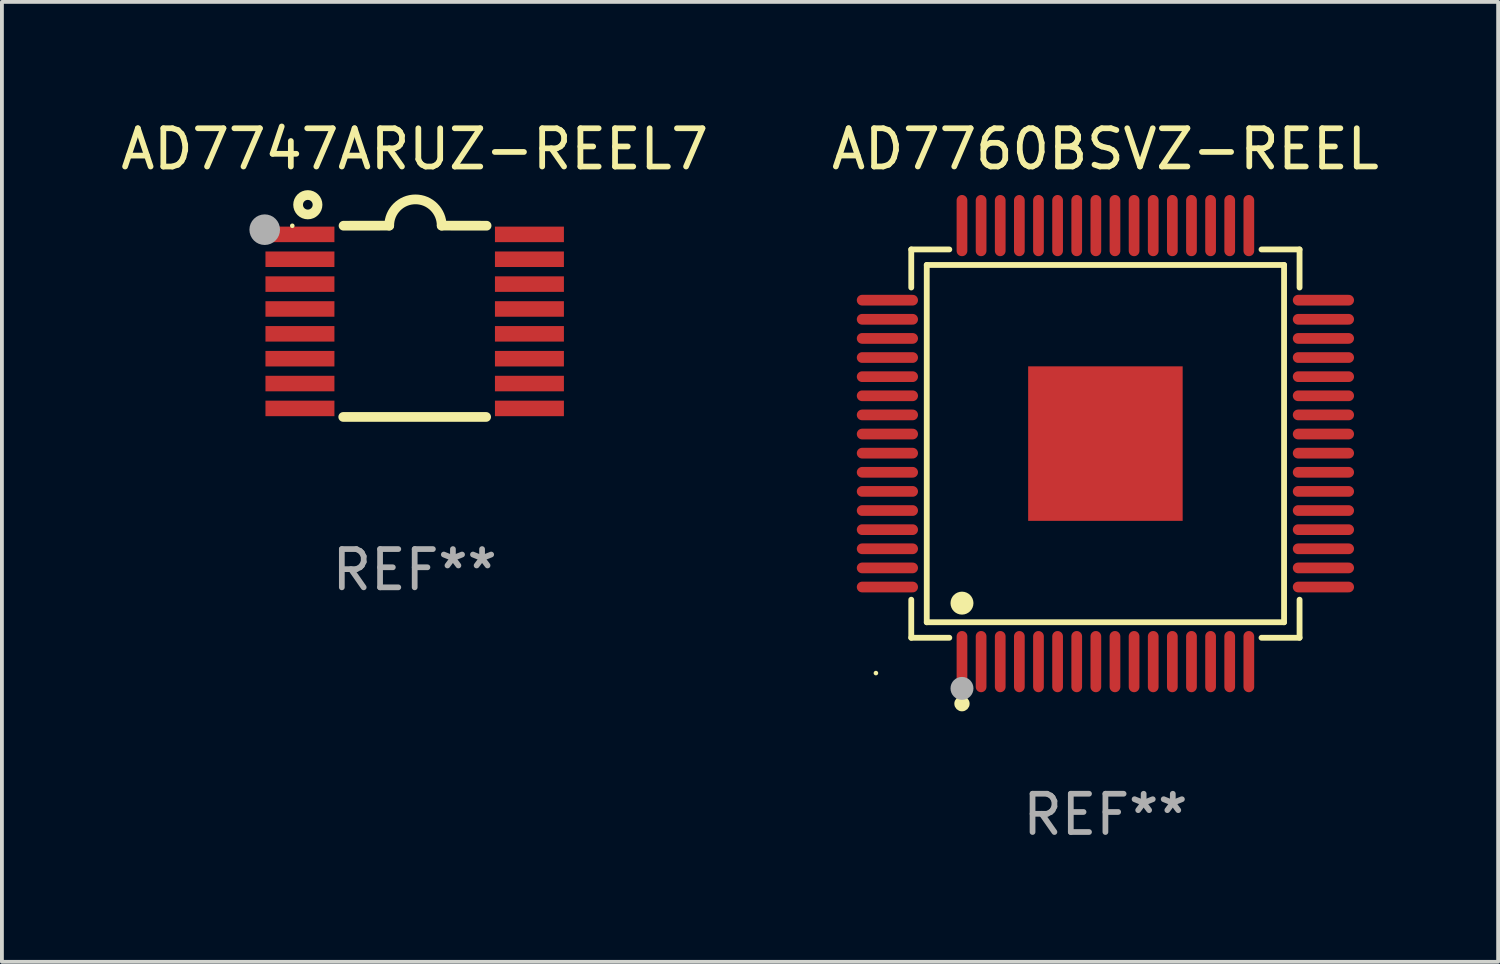
<source format=kicad_pcb>
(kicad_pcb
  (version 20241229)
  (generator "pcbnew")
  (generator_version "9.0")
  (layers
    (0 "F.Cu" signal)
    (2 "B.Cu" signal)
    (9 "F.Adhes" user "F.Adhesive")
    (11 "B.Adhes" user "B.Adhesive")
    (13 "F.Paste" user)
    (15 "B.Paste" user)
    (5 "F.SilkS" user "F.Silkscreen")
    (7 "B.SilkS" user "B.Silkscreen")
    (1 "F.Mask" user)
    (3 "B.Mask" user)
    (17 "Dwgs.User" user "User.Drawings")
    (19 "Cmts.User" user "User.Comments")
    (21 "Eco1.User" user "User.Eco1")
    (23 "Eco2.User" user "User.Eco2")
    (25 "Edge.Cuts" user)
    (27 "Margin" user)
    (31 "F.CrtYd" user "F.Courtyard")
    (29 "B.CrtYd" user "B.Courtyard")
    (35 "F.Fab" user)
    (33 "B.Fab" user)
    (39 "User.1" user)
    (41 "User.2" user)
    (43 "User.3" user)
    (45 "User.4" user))
  (footprint "AD7747ARUZ-REEL7"
    (layer "F.Cu")
    (at 7.792 5.35)
    (property "Reference" "AD7747ARUZ-REEL7" (at 0 -4.501 0) (layer "F.SilkS") (effects (font (size 1 1) (thickness 0.15))))
    (attr through_hole)
    (fp_line (start -1.868 2.501) (end 1.868 2.501) (stroke (width 0.254) (type solid)) (layer "F.SilkS"))
    (fp_line (start -1.86 -2.499) (end -0.666 -2.501) (stroke (width 0.254) (type solid)) (layer "F.SilkS"))
    (fp_line (start 0.706 -2.501) (end 1.88 -2.499) (stroke (width 0.254) (type solid)) (layer "F.SilkS"))
    (fp_arc (start -0.665914 -2.501448) (mid 0.019888 -3.18725) (end 0.70569 -2.501448) (stroke (width 0.254001) (type solid)) (layer "F.SilkS"))
    (fp_circle (center -3.2 -2.497) (end -3.17 -2.497) (stroke (width 0.06) (type solid)) (fill no) (layer "F.SilkS"))
    (fp_circle (center -2.794 -3.047) (end -2.54 -3.047) (stroke (width 0.254) (type solid)) (fill no) (layer "F.SilkS"))
    (fp_circle (center -3.921 -2.395) (end -3.721 -2.395) (stroke (width 0.4) (type solid)) (fill no) (layer "F.Fab"))
    (fp_text user "REF**" (at 0 6.501 0) (layer "F.Fab") (effects (font (size 1 1) (thickness 0.15))))
    (pad "1" smd rect (at -3 -2.272) (size 1.803 0.406) (layers "F.Cu" "F.Mask" "F.Paste"))
    (pad "2" smd rect (at -3 -1.622) (size 1.803 0.406) (layers "F.Cu" "F.Mask" "F.Paste"))
    (pad "3" smd rect (at -3 -0.972) (size 1.803 0.406) (layers "F.Cu" "F.Mask" "F.Paste"))
    (pad "4" smd rect (at -3 -0.322) (size 1.803 0.406) (layers "F.Cu" "F.Mask" "F.Paste"))
    (pad "5" smd rect (at -3 0.328) (size 1.803 0.406) (layers "F.Cu" "F.Mask" "F.Paste"))
    (pad "6" smd rect (at -3 0.978) (size 1.803 0.406) (layers "F.Cu" "F.Mask" "F.Paste"))
    (pad "7" smd rect (at -3 1.628) (size 1.803 0.406) (layers "F.Cu" "F.Mask" "F.Paste"))
    (pad "8" smd rect (at -3 2.278) (size 1.803 0.406) (layers "F.Cu" "F.Mask" "F.Paste"))
    (pad "9" smd rect (at 3 2.278) (size 1.803 0.406) (layers "F.Cu" "F.Mask" "F.Paste"))
    (pad "10" smd rect (at 3 1.628) (size 1.803 0.406) (layers "F.Cu" "F.Mask" "F.Paste"))
    (pad "11" smd rect (at 3 0.978) (size 1.803 0.406) (layers "F.Cu" "F.Mask" "F.Paste"))
    (pad "12" smd rect (at 3 0.328) (size 1.803 0.406) (layers "F.Cu" "F.Mask" "F.Paste"))
    (pad "13" smd rect (at 3 -0.322) (size 1.803 0.406) (layers "F.Cu" "F.Mask" "F.Paste"))
    (pad "14" smd rect (at 3 -0.972) (size 1.803 0.406) (layers "F.Cu" "F.Mask" "F.Paste"))
    (pad "15" smd rect (at 3 -1.622) (size 1.803 0.406) (layers "F.Cu" "F.Mask" "F.Paste"))
    (pad "16" smd rect (at 3 -2.272) (size 1.803 0.406) (layers "F.Cu" "F.Mask" "F.Paste")))
  (footprint "AD7760BSVZ-REEL"
    (layer "F.Cu")
    (at 25.851 8.548)
    (property "Reference" "AD7760BSVZ-REEL" (at 0 -7.7 0) (layer "F.SilkS") (effects (font (size 1 1) (thickness 0.15))))
    (attr through_hole)
    (fp_line (start -5.076 -5.076) (end -4.081 -5.076) (stroke (width 0.152) (type solid)) (layer "F.SilkS"))
    (fp_line (start -5.076 -4.081) (end -5.076 -5.076) (stroke (width 0.152) (type solid)) (layer "F.SilkS"))
    (fp_line (start -5.076 4.081) (end -5.076 5.076) (stroke (width 0.152) (type solid)) (layer "F.SilkS"))
    (fp_line (start -5.076 5.076) (end -4.081 5.076) (stroke (width 0.152) (type solid)) (layer "F.SilkS"))
    (fp_line (start -4.671 -4.671) (end 4.671 -4.671) (stroke (width 0.152) (type solid)) (layer "F.SilkS"))
    (fp_line (start -4.671 4.671) (end -4.671 -4.671) (stroke (width 0.152) (type solid)) (layer "F.SilkS"))
    (fp_line (start 4.671 -4.671) (end 4.671 4.671) (stroke (width 0.152) (type solid)) (layer "F.SilkS"))
    (fp_line (start 4.671 4.671) (end -4.671 4.671) (stroke (width 0.152) (type solid)) (layer "F.SilkS"))
    (fp_line (start 5.076 -5.076) (end 4.081 -5.076) (stroke (width 0.152) (type solid)) (layer "F.SilkS"))
    (fp_line (start 5.076 -4.081) (end 5.076 -5.076) (stroke (width 0.152) (type solid)) (layer "F.SilkS"))
    (fp_line (start 5.076 4.081) (end 5.076 5.076) (stroke (width 0.152) (type solid)) (layer "F.SilkS"))
    (fp_line (start 5.076 5.076) (end 4.081 5.076) (stroke (width 0.152) (type solid)) (layer "F.SilkS"))
    (fp_circle (center -6 6) (end -5.97 6) (stroke (width 0.06) (type solid)) (fill no) (layer "F.SilkS"))
    (fp_circle (center -3.75 4.171) (end -3.6 4.171) (stroke (width 0.3) (type solid)) (fill no) (layer "F.SilkS"))
    (fp_circle (center -3.75 6.8) (end -3.65 6.8) (stroke (width 0.2) (type solid)) (fill no) (layer "F.SilkS"))
    (fp_circle (center -3.75 6.4) (end -3.6 6.4) (stroke (width 0.3) (type solid)) (fill no) (layer "F.Fab"))
    (fp_text user "REF**" (at 0 9.7 0) (layer "F.Fab") (effects (font (size 1 1) (thickness 0.15))))
    (pad "1" smd oval (at -3.75 5.7) (size 0.28 1.6) (layers "F.Cu" "F.Mask" "F.Paste"))
    (pad "2" smd oval (at -3.25 5.7) (size 0.28 1.6) (layers "F.Cu" "F.Mask" "F.Paste"))
    (pad "3" smd oval (at -2.75 5.7) (size 0.28 1.6) (layers "F.Cu" "F.Mask" "F.Paste"))
    (pad "4" smd oval (at -2.25 5.7) (size 0.28 1.6) (layers "F.Cu" "F.Mask" "F.Paste"))
    (pad "5" smd oval (at -1.75 5.7) (size 0.28 1.6) (layers "F.Cu" "F.Mask" "F.Paste"))
    (pad "6" smd oval (at -1.25 5.7) (size 0.28 1.6) (layers "F.Cu" "F.Mask" "F.Paste"))
    (pad "7" smd oval (at -0.75 5.7) (size 0.28 1.6) (layers "F.Cu" "F.Mask" "F.Paste"))
    (pad "8" smd oval (at -0.25 5.7) (size 0.28 1.6) (layers "F.Cu" "F.Mask" "F.Paste"))
    (pad "9" smd oval (at 0.25 5.7) (size 0.28 1.6) (layers "F.Cu" "F.Mask" "F.Paste"))
    (pad "10" smd oval (at 0.75 5.7) (size 0.28 1.6) (layers "F.Cu" "F.Mask" "F.Paste"))
    (pad "11" smd oval (at 1.25 5.7) (size 0.28 1.6) (layers "F.Cu" "F.Mask" "F.Paste"))
    (pad "12" smd oval (at 1.75 5.7) (size 0.28 1.6) (layers "F.Cu" "F.Mask" "F.Paste"))
    (pad "13" smd oval (at 2.25 5.7) (size 0.28 1.6) (layers "F.Cu" "F.Mask" "F.Paste"))
    (pad "14" smd oval (at 2.75 5.7) (size 0.28 1.6) (layers "F.Cu" "F.Mask" "F.Paste"))
    (pad "15" smd oval (at 3.25 5.7) (size 0.28 1.6) (layers "F.Cu" "F.Mask" "F.Paste"))
    (pad "16" smd oval (at 3.75 5.7) (size 0.28 1.6) (layers "F.Cu" "F.Mask" "F.Paste"))
    (pad "17" smd oval (at 5.7 3.75) (size 1.6 0.28) (layers "F.Cu" "F.Mask" "F.Paste"))
    (pad "18" smd oval (at 5.7 3.25) (size 1.6 0.28) (layers "F.Cu" "F.Mask" "F.Paste"))
    (pad "19" smd oval (at 5.7 2.75) (size 1.6 0.28) (layers "F.Cu" "F.Mask" "F.Paste"))
    (pad "20" smd oval (at 5.7 2.25) (size 1.6 0.28) (layers "F.Cu" "F.Mask" "F.Paste"))
    (pad "21" smd oval (at 5.7 1.75) (size 1.6 0.28) (layers "F.Cu" "F.Mask" "F.Paste"))
    (pad "22" smd oval (at 5.7 1.25) (size 1.6 0.28) (layers "F.Cu" "F.Mask" "F.Paste"))
    (pad "23" smd oval (at 5.7 0.75) (size 1.6 0.28) (layers "F.Cu" "F.Mask" "F.Paste"))
    (pad "24" smd oval (at 5.7 0.25) (size 1.6 0.28) (layers "F.Cu" "F.Mask" "F.Paste"))
    (pad "25" smd oval (at 5.7 -0.25) (size 1.6 0.28) (layers "F.Cu" "F.Mask" "F.Paste"))
    (pad "26" smd oval (at 5.7 -0.75) (size 1.6 0.28) (layers "F.Cu" "F.Mask" "F.Paste"))
    (pad "27" smd oval (at 5.7 -1.25) (size 1.6 0.28) (layers "F.Cu" "F.Mask" "F.Paste"))
    (pad "28" smd oval (at 5.7 -1.75) (size 1.6 0.28) (layers "F.Cu" "F.Mask" "F.Paste"))
    (pad "29" smd oval (at 5.7 -2.25) (size 1.6 0.28) (layers "F.Cu" "F.Mask" "F.Paste"))
    (pad "30" smd oval (at 5.7 -2.75) (size 1.6 0.28) (layers "F.Cu" "F.Mask" "F.Paste"))
    (pad "31" smd oval (at 5.7 -3.25) (size 1.6 0.28) (layers "F.Cu" "F.Mask" "F.Paste"))
    (pad "32" smd oval (at 5.7 -3.75) (size 1.6 0.28) (layers "F.Cu" "F.Mask" "F.Paste"))
    (pad "33" smd oval (at 3.75 -5.7) (size 0.28 1.6) (layers "F.Cu" "F.Mask" "F.Paste"))
    (pad "34" smd oval (at 3.25 -5.7) (size 0.28 1.6) (layers "F.Cu" "F.Mask" "F.Paste"))
    (pad "35" smd oval (at 2.75 -5.7) (size 0.28 1.6) (layers "F.Cu" "F.Mask" "F.Paste"))
    (pad "36" smd oval (at 2.25 -5.7) (size 0.28 1.6) (layers "F.Cu" "F.Mask" "F.Paste"))
    (pad "37" smd oval (at 1.75 -5.7) (size 0.28 1.6) (layers "F.Cu" "F.Mask" "F.Paste"))
    (pad "38" smd oval (at 1.25 -5.7) (size 0.28 1.6) (layers "F.Cu" "F.Mask" "F.Paste"))
    (pad "39" smd oval (at 0.75 -5.7) (size 0.28 1.6) (layers "F.Cu" "F.Mask" "F.Paste"))
    (pad "40" smd oval (at 0.25 -5.7) (size 0.28 1.6) (layers "F.Cu" "F.Mask" "F.Paste"))
    (pad "41" smd oval (at -0.25 -5.7) (size 0.28 1.6) (layers "F.Cu" "F.Mask" "F.Paste"))
    (pad "42" smd oval (at -0.75 -5.7) (size 0.28 1.6) (layers "F.Cu" "F.Mask" "F.Paste"))
    (pad "43" smd oval (at -1.25 -5.7) (size 0.28 1.6) (layers "F.Cu" "F.Mask" "F.Paste"))
    (pad "44" smd oval (at -1.75 -5.7) (size 0.28 1.6) (layers "F.Cu" "F.Mask" "F.Paste"))
    (pad "45" smd oval (at -2.25 -5.7) (size 0.28 1.6) (layers "F.Cu" "F.Mask" "F.Paste"))
    (pad "46" smd oval (at -2.75 -5.7) (size 0.28 1.6) (layers "F.Cu" "F.Mask" "F.Paste"))
    (pad "47" smd oval (at -3.25 -5.7) (size 0.28 1.6) (layers "F.Cu" "F.Mask" "F.Paste"))
    (pad "48" smd oval (at -3.75 -5.7) (size 0.28 1.6) (layers "F.Cu" "F.Mask" "F.Paste"))
    (pad "49" smd oval (at -5.7 -3.75) (size 1.6 0.28) (layers "F.Cu" "F.Mask" "F.Paste"))
    (pad "50" smd oval (at -5.7 -3.25) (size 1.6 0.28) (layers "F.Cu" "F.Mask" "F.Paste"))
    (pad "51" smd oval (at -5.7 -2.75) (size 1.6 0.28) (layers "F.Cu" "F.Mask" "F.Paste"))
    (pad "52" smd oval (at -5.7 -2.25) (size 1.6 0.28) (layers "F.Cu" "F.Mask" "F.Paste"))
    (pad "53" smd oval (at -5.7 -1.75) (size 1.6 0.28) (layers "F.Cu" "F.Mask" "F.Paste"))
    (pad "54" smd oval (at -5.7 -1.25) (size 1.6 0.28) (layers "F.Cu" "F.Mask" "F.Paste"))
    (pad "55" smd oval (at -5.7 -0.75) (size 1.6 0.28) (layers "F.Cu" "F.Mask" "F.Paste"))
    (pad "56" smd oval (at -5.7 -0.25) (size 1.6 0.28) (layers "F.Cu" "F.Mask" "F.Paste"))
    (pad "57" smd oval (at -5.7 0.25) (size 1.6 0.28) (layers "F.Cu" "F.Mask" "F.Paste"))
    (pad "58" smd oval (at -5.7 0.75) (size 1.6 0.28) (layers "F.Cu" "F.Mask" "F.Paste"))
    (pad "59" smd oval (at -5.7 1.25) (size 1.6 0.28) (layers "F.Cu" "F.Mask" "F.Paste"))
    (pad "60" smd oval (at -5.7 1.75) (size 1.6 0.28) (layers "F.Cu" "F.Mask" "F.Paste"))
    (pad "61" smd oval (at -5.7 2.25) (size 1.6 0.28) (layers "F.Cu" "F.Mask" "F.Paste"))
    (pad "62" smd oval (at -5.7 2.75) (size 1.6 0.28) (layers "F.Cu" "F.Mask" "F.Paste"))
    (pad "63" smd oval (at -5.7 3.25) (size 1.6 0.28) (layers "F.Cu" "F.Mask" "F.Paste"))
    (pad "64" smd oval (at -5.7 3.75) (size 1.6 0.28) (layers "F.Cu" "F.Mask" "F.Paste"))
    (pad "65" smd rect (at 0 0) (size 4.04 4.04) (layers "F.Cu" "F.Mask" "F.Paste")))
  (gr_rect
    (start -3 -3)
    (end 36.119 22.097)
    (stroke (width 0.1) (type default))
    (fill no)
    (layer "Edge.Cuts")))
</source>
